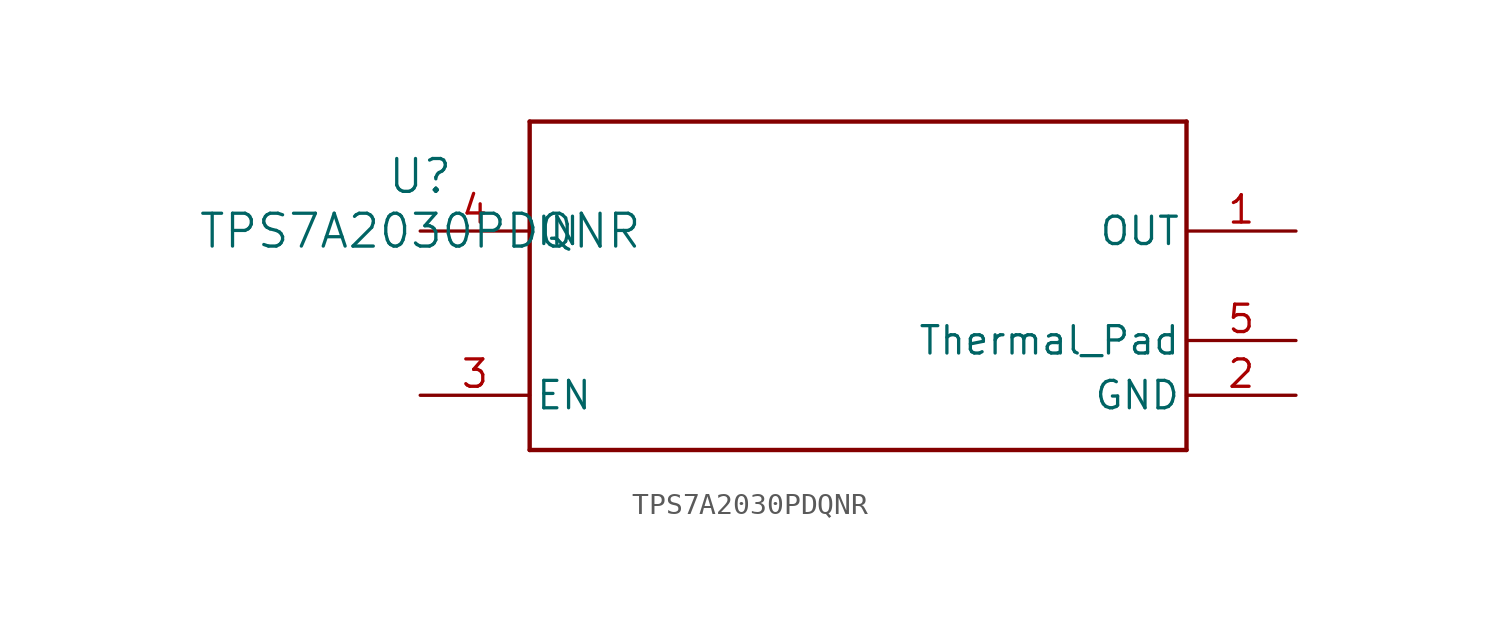
<source format=kicad_sym>
(kicad_symbol_lib
  (version 20241209)
  (generator "kicad_symbol_editor")
  (generator_version "9.0")
  (symbol "TPS7A2030PDQNR"
    (pin_names
      (offset 0.254))
    (property "Reference" "U"
      (at 0 2.54 0)
      (effects (font (size 1.524 1.524))))
    (property "Value" "TPS7A2030PDQNR"
      (at 0 0 0)
      (effects (font (size 1.524 1.524))))
    (symbol "TPS7A2030PDQNR_0_1"
      (polyline (pts (xy 5.08 5.08) (xy 5.08 -10.16)) (stroke (width 0.203) (type default)) (fill (type none)))
      (polyline (pts (xy 5.08 -10.16) (xy 35.56 -10.16)) (stroke (width 0.203) (type default)) (fill (type none)))
      (polyline (pts (xy 35.56 5.08) (xy 5.08 5.08)) (stroke (width 0.203) (type default)) (fill (type none)))
      (polyline (pts (xy 35.56 -10.16) (xy 35.56 5.08)) (stroke (width 0.203) (type default)) (fill (type none)))
      (pin power_in line (at 0 0 0) (length 5.08) (name "IN" (effects (font (size 1.27 1.27)))) (number "4" (effects (font (size 1.27 1.27)))))
      (pin input line (at 0 -7.62 0) (length 5.08) (name "EN" (effects (font (size 1.27 1.27)))) (number "3" (effects (font (size 1.27 1.27)))))
      (pin unspecified line (at 40.64 0 180) (length 5.08) (name "OUT" (effects (font (size 1.27 1.27)))) (number "1" (effects (font (size 1.27 1.27)))))
      (pin unspecified line (at 40.64 -5.08 180) (length 5.08) (name "Thermal_Pad" (effects (font (size 1.27 1.27)))) (number "5" (effects (font (size 1.27 1.27)))))
      (pin power_in line (at 40.64 -7.62 180) (length 5.08) (name "GND" (effects (font (size 1.27 1.27)))) (number "2" (effects (font (size 1.27 1.27))))))))
</source>
